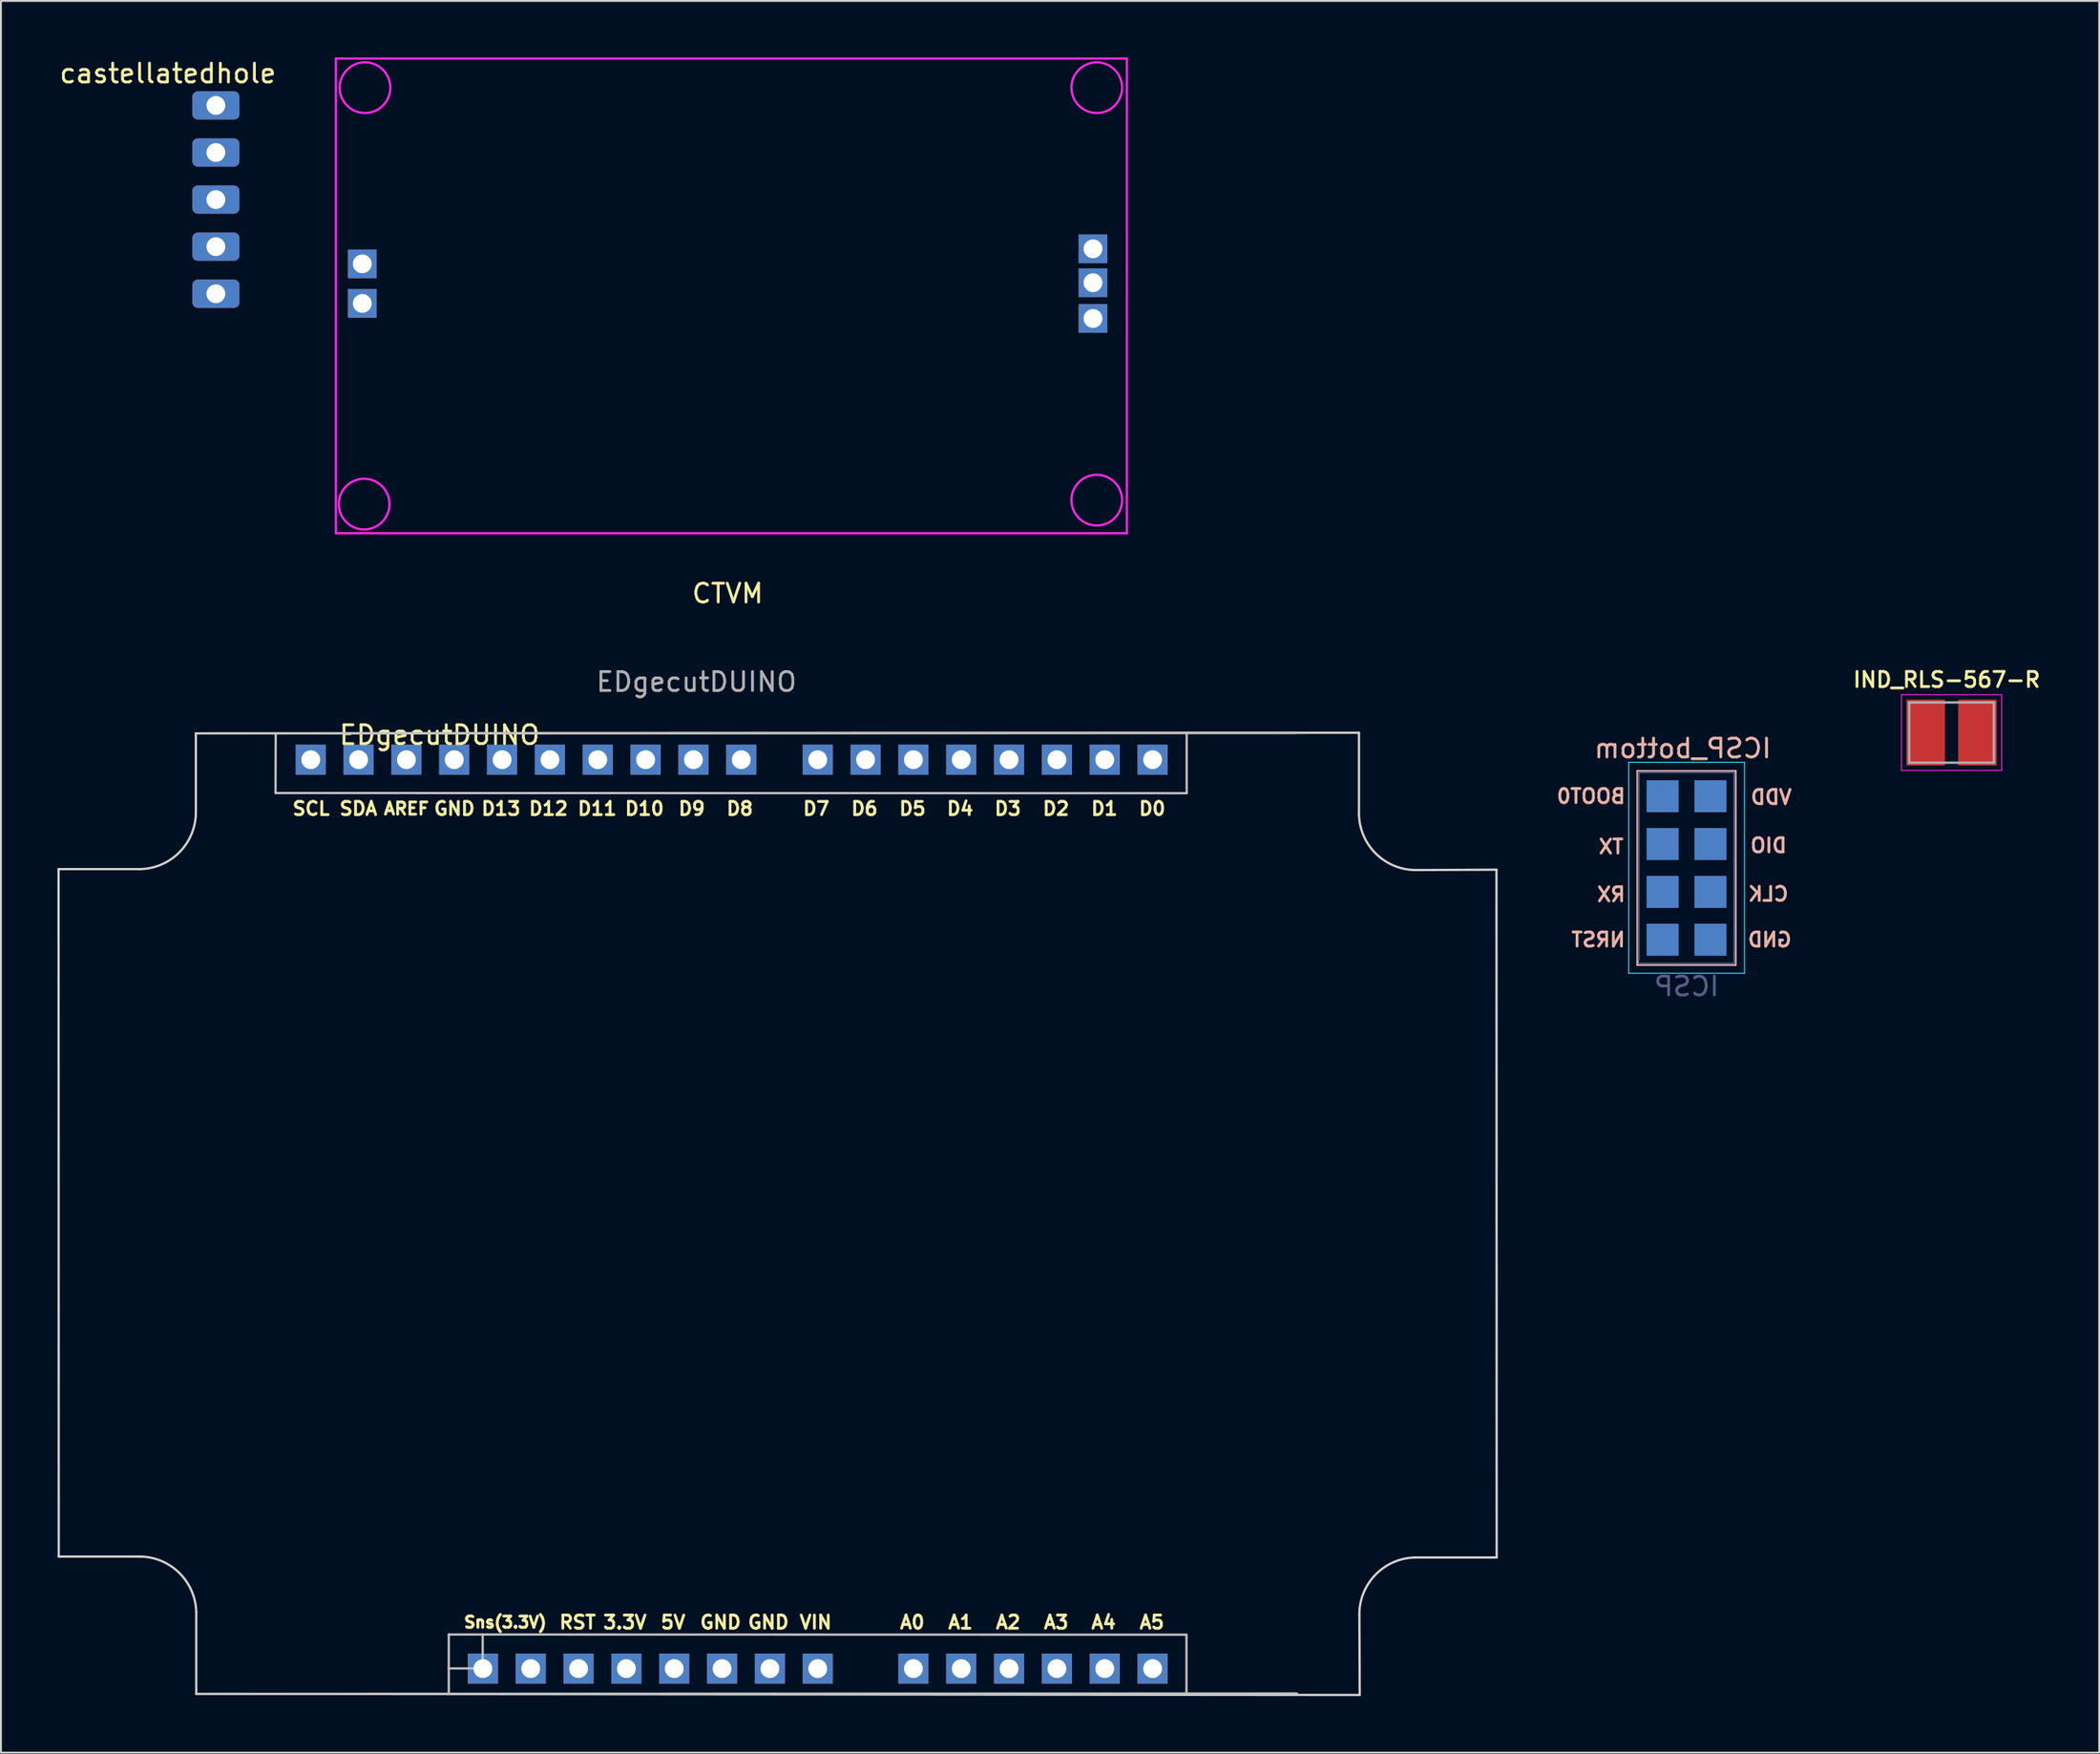
<source format=kicad_pcb>
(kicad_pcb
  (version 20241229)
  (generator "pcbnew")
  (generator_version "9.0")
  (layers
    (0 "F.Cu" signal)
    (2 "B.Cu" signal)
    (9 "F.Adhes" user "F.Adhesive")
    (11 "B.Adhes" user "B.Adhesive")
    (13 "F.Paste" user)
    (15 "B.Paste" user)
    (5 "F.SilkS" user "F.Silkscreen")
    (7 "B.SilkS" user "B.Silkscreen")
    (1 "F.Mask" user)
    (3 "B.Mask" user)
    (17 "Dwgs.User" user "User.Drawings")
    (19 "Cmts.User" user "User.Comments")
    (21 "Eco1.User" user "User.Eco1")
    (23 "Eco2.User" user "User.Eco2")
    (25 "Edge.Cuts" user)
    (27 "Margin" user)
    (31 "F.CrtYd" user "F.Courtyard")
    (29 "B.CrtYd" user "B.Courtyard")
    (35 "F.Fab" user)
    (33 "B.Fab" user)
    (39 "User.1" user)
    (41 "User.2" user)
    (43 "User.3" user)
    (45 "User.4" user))
  (footprint "ICSP_bottom"
    (layer "F.Cu")
    (at 86.361 32.558)
    (property "Reference" "ICSP_bottom" (at -0.064 4.128 0) (layer "B.SilkS") (effects (font (size 1 1) (thickness 0.15)) (justify mirror)))
    (attr through_hole)
    (fp_line (start -2.46 5.338) (end -2.46 15.617) (stroke (width 0.12) (type solid)) (layer "B.SilkS"))
    (fp_line (start -2.46 5.338) (end 2.74 5.338) (stroke (width 0.12) (type solid)) (layer "B.SilkS"))
    (fp_line (start -2.46 15.617) (end 2.74 15.617) (stroke (width 0.12) (type solid)) (layer "B.SilkS"))
    (fp_line (start 2.74 5.338) (end 2.74 15.617) (stroke (width 0.12) (type solid)) (layer "B.SilkS"))
    (fp_line (start -2.93 4.867) (end -2.93 16.067) (stroke (width 0.05) (type solid)) (layer "B.CrtYd"))
    (fp_line (start -2.93 16.067) (end 3.22 16.067) (stroke (width 0.05) (type solid)) (layer "B.CrtYd"))
    (fp_line (start 3.22 4.867) (end -2.93 4.867) (stroke (width 0.05) (type solid)) (layer "B.CrtYd"))
    (fp_line (start 3.22 16.067) (end 3.22 4.867) (stroke (width 0.05) (type solid)) (layer "B.CrtYd"))
    (fp_line (start -2.4 5.397) (end 2.603 5.397) (stroke (width 0.1) (type solid)) (layer "B.Fab"))
    (fp_line (start -2.4 15.367) (end -2.4 5.397) (stroke (width 0.1) (type solid)) (layer "B.Fab"))
    (fp_line (start 2.68 5.397) (end 2.68 15.557) (stroke (width 0.1) (type solid)) (layer "B.Fab"))
    (fp_line (start 2.68 15.557) (end -2.4 15.557) (stroke (width 0.1) (type solid)) (layer "B.Fab"))
    (fp_text user "TX" (at -3.861 9.347 0) (layer "B.SilkS") (effects (font (size 0.75 0.75) (thickness 0.15)) (justify mirror)))
    (fp_text user "CLK" (at 4.483 11.862 0) (layer "B.SilkS") (effects (font (size 0.75 0.75) (thickness 0.15)) (justify mirror)))
    (fp_text user "NRST" (at -4.547 14.287 0) (layer "B.SilkS") (effects (font (size 0.75 0.75) (thickness 0.15)) (justify mirror)))
    (fp_text user "VDD" (at 4.636 6.718 0) (layer "B.SilkS") (effects (font (size 0.75 0.75) (thickness 0.15)) (justify mirror)))
    (fp_text user "RX" (at -3.861 11.887 0) (layer "B.SilkS") (effects (font (size 0.75 0.75) (thickness 0.15)) (justify mirror)))
    (fp_text user "GND" (at 4.559 14.287 0) (layer "B.SilkS") (effects (font (size 0.75 0.75) (thickness 0.15)) (justify mirror)))
    (fp_text user "BOOT0" (at -4.928 6.668 0) (layer "B.SilkS") (effects (font (size 0.75 0.75) (thickness 0.15)) (justify mirror)))
    (fp_text user "DIO" (at 4.496 9.284 0) (layer "B.SilkS") (effects (font (size 0.75 0.75) (thickness 0.15)) (justify mirror)))
    (fp_text user "ICSP" (at 0.14 16.764 0) (layer "B.Fab") (effects (font (size 1 1) (thickness 0.15)) (justify mirror)))
    (pad "1" connect rect (at 1.41 6.668) (size 1.7 1.7) (layers "B.Cu" "B.Mask"))
    (pad "2" connect rect (at 1.41 9.207) (size 1.7 1.7) (layers "B.Cu" "B.Mask"))
    (pad "3" connect rect (at 1.41 11.748) (size 1.7 1.7) (layers "B.Cu" "B.Mask"))
    (pad "4" connect rect (at 1.41 14.287) (size 1.7 1.7) (layers "B.Cu" "B.Mask"))
    (pad "5" connect rect (at -1.13 14.287) (size 1.7 1.7) (layers "B.Cu" "B.Mask"))
    (pad "6" connect rect (at -1.13 11.748) (size 1.7 1.7) (layers "B.Cu" "B.Mask"))
    (pad "7" connect rect (at -1.13 9.207) (size 1.7 1.7) (layers "B.Cu" "B.Mask"))
    (pad "8" connect rect (at -1.13 6.668) (size 1.7 1.7) (layers "B.Cu" "B.Mask")))
  (footprint "EDgecutDUINO"
    (layer "F.Cu")
    (at 20.01 34.596)
    (property "Reference" "EDgecutDUINO" (at 0.277 1.381 0) (layer "F.SilkS") (effects (font (size 1 1) (thickness 0.15))))
    (attr through_hole)
    (fp_line (start -12.66 1.29) (end 45.78 1.27) (stroke (width 0.12) (type solid)) (layer "Dwgs.User"))
    (fp_line (start -12.64 52.29) (end 45.8 52.27) (stroke (width 0.12) (type solid)) (layer "Dwgs.User"))
    (fp_line (start -8.43 4.46) (end 39.95 4.47) (stroke (width 0.12) (type solid)) (layer "Dwgs.User"))
    (fp_line (start -8.42 1.29) (end -8.43 4.45) (stroke (width 0.12) (type solid)) (layer "Dwgs.User"))
    (fp_line (start 0.77 52.3) (end 0.77 49.14) (stroke (width 0.12) (type solid)) (layer "Dwgs.User"))
    (fp_line (start 0.78 49.14) (end 39.94 49.15) (stroke (width 0.12) (type solid)) (layer "Dwgs.User"))
    (fp_line (start 2.57 50.94) (end 0.77 50.94) (stroke (width 0.12) (type solid)) (layer "Dwgs.User"))
    (fp_line (start 2.57 50.94) (end 2.57 49.14) (stroke (width 0.12) (type solid)) (layer "Dwgs.User"))
    (fp_line (start 39.94 52.29) (end 39.94 49.16) (stroke (width 0.12) (type solid)) (layer "Dwgs.User"))
    (fp_line (start 39.95 1.34) (end 39.95 4.47) (stroke (width 0.12) (type solid)) (layer "Dwgs.User"))
    (fp_line (start -19.95 8.5) (end -19.94 45) (stroke (width 0.12) (type solid)) (layer "Edge.Cuts"))
    (fp_line (start -19.95 8.5) (end -15.61 8.5) (stroke (width 0.12) (type solid)) (layer "Edge.Cuts"))
    (fp_line (start -19.94 45) (end -15.66 45) (stroke (width 0.12) (type solid)) (layer "Edge.Cuts"))
    (fp_line (start -12.66 1.29) (end -12.66 5.48) (stroke (width 0.12) (type solid)) (layer "Edge.Cuts"))
    (fp_line (start -12.66 1.29) (end 49.1 1.26) (stroke (width 0.12) (type solid)) (layer "Edge.Cuts"))
    (fp_line (start -12.64 52.29) (end -12.64 47.95) (stroke (width 0.12) (type solid)) (layer "Edge.Cuts"))
    (fp_line (start -12.64 52.29) (end 49.14 52.35) (stroke (width 0.12) (type solid)) (layer "Edge.Cuts"))
    (fp_line (start 49.1 1.26) (end 49.1 5.6) (stroke (width 0.12) (type solid)) (layer "Edge.Cuts"))
    (fp_line (start 49.14 52.35) (end 49.12 48.07) (stroke (width 0.12) (type solid)) (layer "Edge.Cuts"))
    (fp_line (start 56.4 8.53) (end 52.12 8.55) (stroke (width 0.12) (type solid)) (layer "Edge.Cuts"))
    (fp_line (start 56.41 45.05) (end 52.07 45.05) (stroke (width 0.12) (type solid)) (layer "Edge.Cuts"))
    (fp_line (start 56.41 45.05) (end 56.4 8.53) (stroke (width 0.12) (type solid)) (layer "Edge.Cuts"))
    (fp_arc (start -15.66 45) (mid -13.549141 45.859883) (end -12.64 47.95) (stroke (width 0.12) (type solid)) (layer "Edge.Cuts"))
    (fp_arc (start -12.66 5.48) (mid -13.519883 7.590859) (end -15.61 8.5) (stroke (width 0.12) (type solid)) (layer "Edge.Cuts"))
    (fp_arc (start 49.12 48.07) (mid 49.979869 45.959127) (end 52.07 45.05) (stroke (width 0.12) (type solid)) (layer "Edge.Cuts"))
    (fp_arc (start 52.12 8.55) (mid 50.009117 7.690121) (end 49.1 5.6) (stroke (width 0.12) (type solid)) (layer "Edge.Cuts"))
    (fp_text user "D3" (at 30.45 5.29 0) (unlocked yes) (layer "F.SilkS") (effects (font (size 0.7 0.7) (thickness 0.15))))
    (fp_text user "Sns(3.3V)" (at 3.77 48.49 0) (unlocked yes) (layer "F.SilkS") (effects (font (size 0.6 0.6) (thickness 0.15))))
    (fp_text user "D5" (at 25.39 5.29 0) (unlocked yes) (layer "F.SilkS") (effects (font (size 0.7 0.7) (thickness 0.15))))
    (fp_text user "A0" (at 25.38 48.49 0) (unlocked yes) (layer "F.SilkS") (effects (font (size 0.7 0.7) (thickness 0.15))))
    (fp_text user "D10" (at 11.16 5.29 0) (unlocked yes) (layer "F.SilkS") (effects (font (size 0.7 0.7) (thickness 0.15))))
    (fp_text user "5V" (at 12.68 48.49 0) (unlocked yes) (layer "F.SilkS") (effects (font (size 0.7 0.7) (thickness 0.15))))
    (fp_text user "A2" (at 30.47 48.49 0) (unlocked yes) (layer "F.SilkS") (effects (font (size 0.7 0.7) (thickness 0.15))))
    (fp_text user "D9" (at 13.67 5.29 0) (unlocked yes) (layer "F.SilkS") (effects (font (size 0.7 0.7) (thickness 0.15))))
    (fp_text user "3.3V" (at 10.12 48.49 0) (unlocked yes) (layer "F.SilkS") (effects (font (size 0.7 0.7) (thickness 0.15))))
    (fp_text user "D11" (at 8.65 5.29 0) (unlocked yes) (layer "F.SilkS") (effects (font (size 0.7 0.7) (thickness 0.15))))
    (fp_text user "D4" (at 27.92 5.29 0) (unlocked yes) (layer "F.SilkS") (effects (font (size 0.7 0.7) (thickness 0.15))))
    (fp_text user "SCL" (at -6.54 5.29 0) (unlocked yes) (layer "F.SilkS") (effects (font (size 0.7 0.7) (thickness 0.15))))
    (fp_text user "GND" (at 1.07 5.29 0) (unlocked yes) (layer "F.SilkS") (effects (font (size 0.7 0.7) (thickness 0.15))))
    (fp_text user "D6" (at 22.84 5.29 0) (unlocked yes) (layer "F.SilkS") (effects (font (size 0.7 0.7) (thickness 0.15))))
    (fp_text user "RST" (at 7.61 48.49 0) (unlocked yes) (layer "F.SilkS") (effects (font (size 0.7 0.7) (thickness 0.15))))
    (fp_text user "SDA" (at -4.03 5.29 0) (unlocked yes) (layer "F.SilkS") (effects (font (size 0.7 0.7) (thickness 0.15))))
    (fp_text user "GND" (at 17.74 48.49 0) (unlocked yes) (layer "F.SilkS") (effects (font (size 0.7 0.7) (thickness 0.15))))
    (fp_text user "D1" (at 35.58 5.29 0) (unlocked yes) (layer "F.SilkS") (effects (font (size 0.7 0.7) (thickness 0.15))))
    (fp_text user "A1" (at 27.94 48.49 0) (unlocked yes) (layer "F.SilkS") (effects (font (size 0.7 0.7) (thickness 0.15))))
    (fp_text user "AREF" (at -1.48 5.29 0) (unlocked yes) (layer "F.SilkS") (effects (font (size 0.65 0.65) (thickness 0.15))))
    (fp_text user "D12" (at 6.06 5.29 0) (unlocked yes) (layer "F.SilkS") (effects (font (size 0.7 0.7) (thickness 0.15))))
    (fp_text user "A4" (at 35.54 48.49 0) (unlocked yes) (layer "F.SilkS") (effects (font (size 0.7 0.7) (thickness 0.15))))
    (fp_text user "D2" (at 33.01 5.29 0) (unlocked yes) (layer "F.SilkS") (effects (font (size 0.7 0.7) (thickness 0.15))))
    (fp_text user "D8" (at 16.22 5.29 0) (unlocked yes) (layer "F.SilkS") (effects (font (size 0.7 0.7) (thickness 0.15))))
    (fp_text user "D0" (at 38.12 5.29 0) (unlocked yes) (layer "F.SilkS") (effects (font (size 0.7 0.7) (thickness 0.15))))
    (fp_text user "GND" (at 15.2 48.49 0) (unlocked yes) (layer "F.SilkS") (effects (font (size 0.7 0.7) (thickness 0.15))))
    (fp_text user "VIN" (at 20.25 48.49 0) (unlocked yes) (layer "F.SilkS") (effects (font (size 0.7 0.7) (thickness 0.15))))
    (fp_text user "A3" (at 33.02 48.49 0) (unlocked yes) (layer "F.SilkS") (effects (font (size 0.7 0.7) (thickness 0.15))))
    (fp_text user "D7" (at 20.28 5.29 0) (unlocked yes) (layer "F.SilkS") (effects (font (size 0.7 0.7) (thickness 0.15))))
    (fp_text user "D13" (at 3.54 5.29 0) (unlocked yes) (layer "F.SilkS") (effects (font (size 0.7 0.7) (thickness 0.15))))
    (fp_text user "A5" (at 38.1 48.49 0) (unlocked yes) (layer "F.SilkS") (effects (font (size 0.7 0.7) (thickness 0.15))))
    (fp_text user "${REFERENCE}" (at 13.92 -1.44 0) (layer "F.Fab") (effects (font (size 1 1) (thickness 0.15))))
    (pad "1" thru_hole rect (at 2.58 50.95 90) (size 1.6 1.6) (drill 1) (layers "*.Cu" "*.Mask"))
    (pad "2" thru_hole rect (at 5.12 50.95 90) (size 1.6 1.6) (drill 1) (layers "*.Cu" "*.Mask"))
    (pad "3.3V" thru_hole rect (at 10.2 50.95 90) (size 1.6 1.6) (drill 1) (layers "*.Cu" "*.Mask"))
    (pad "5V" thru_hole rect (at 12.74 50.95 90) (size 1.6 1.6) (drill 1) (layers "*.Cu" "*.Mask"))
    (pad "A0" thru_hole rect (at 25.44 50.95 90) (size 1.6 1.6) (drill 1) (layers "*.Cu" "*.Mask"))
    (pad "A1" thru_hole rect (at 27.98 50.95 90) (size 1.6 1.6) (drill 1) (layers "*.Cu" "*.Mask"))
    (pad "A2" thru_hole rect (at 30.52 50.95 90) (size 1.6 1.6) (drill 1) (layers "*.Cu" "*.Mask"))
    (pad "A3" thru_hole rect (at 33.06 50.95 90) (size 1.6 1.6) (drill 1) (layers "*.Cu" "*.Mask"))
    (pad "A4" thru_hole rect (at 35.6 50.95 90) (size 1.6 1.6) (drill 1) (layers "*.Cu" "*.Mask"))
    (pad "A5" thru_hole rect (at 38.14 50.95 90) (size 1.6 1.6) (drill 1) (layers "*.Cu" "*.Mask"))
    (pad "AREF" thru_hole rect (at -1.48 2.69 90) (size 1.6 1.6) (drill 1) (layers "*.Cu" "*.Mask"))
    (pad "D0" thru_hole rect (at 38.14 2.69 90) (size 1.6 1.6) (drill 1) (layers "*.Cu" "*.Mask"))
    (pad "D1" thru_hole rect (at 35.6 2.69 90) (size 1.6 1.6) (drill 1) (layers "*.Cu" "*.Mask"))
    (pad "D2" thru_hole rect (at 33.06 2.69 90) (size 1.6 1.6) (drill 1) (layers "*.Cu" "*.Mask"))
    (pad "D3" thru_hole rect (at 30.52 2.69 90) (size 1.6 1.6) (drill 1) (layers "*.Cu" "*.Mask"))
    (pad "D4" thru_hole rect (at 27.98 2.69 90) (size 1.6 1.6) (drill 1) (layers "*.Cu" "*.Mask"))
    (pad "D5" thru_hole rect (at 25.44 2.69 90) (size 1.6 1.6) (drill 1) (layers "*.Cu" "*.Mask"))
    (pad "D6" thru_hole rect (at 22.9 2.69 90) (size 1.6 1.6) (drill 1) (layers "*.Cu" "*.Mask"))
    (pad "D7" thru_hole rect (at 20.36 2.69 90) (size 1.6 1.6) (drill 1) (layers "*.Cu" "*.Mask"))
    (pad "D8" thru_hole rect (at 16.3 2.69 90) (size 1.6 1.6) (drill 1) (layers "*.Cu" "*.Mask"))
    (pad "D9" thru_hole rect (at 13.76 2.69 90) (size 1.6 1.6) (drill 1) (layers "*.Cu" "*.Mask"))
    (pad "D10" thru_hole rect (at 11.22 2.69 90) (size 1.6 1.6) (drill 1) (layers "*.Cu" "*.Mask"))
    (pad "D11" thru_hole rect (at 8.68 2.69 90) (size 1.6 1.6) (drill 1) (layers "*.Cu" "*.Mask"))
    (pad "D12" thru_hole rect (at 6.14 2.69 90) (size 1.6 1.6) (drill 1) (layers "*.Cu" "*.Mask"))
    (pad "D13" thru_hole rect (at 3.6 2.69 90) (size 1.6 1.6) (drill 1) (layers "*.Cu" "*.Mask"))
    (pad "GND" thru_hole rect (at 1.06 2.69 90) (size 1.6 1.6) (drill 1) (layers "*.Cu" "*.Mask"))
    (pad "GND" thru_hole rect (at 15.28 50.95 90) (size 1.6 1.6) (drill 1) (layers "*.Cu" "*.Mask"))
    (pad "GND" thru_hole rect (at 17.82 50.95 90) (size 1.6 1.6) (drill 1) (layers "*.Cu" "*.Mask"))
    (pad "RESET" thru_hole rect (at 7.66 50.95 90) (size 1.6 1.6) (drill 1) (layers "*.Cu" "*.Mask"))
    (pad "SCL" thru_hole rect (at -6.56 2.69 90) (size 1.6 1.6) (drill 1) (layers "*.Cu" "*.Mask"))
    (pad "SDA" thru_hole rect (at -4.02 2.69 90) (size 1.6 1.6) (drill 1) (layers "*.Cu" "*.Mask"))
    (pad "VIN" thru_hole rect (at 20.36 50.95 90) (size 1.6 1.6) (drill 1) (layers "*.Cu" "*.Mask")))
  (footprint "IND_RLS-567-R"
    (layer "F.Cu")
    (at 100.575 35.847)
    (property "Reference" "IND_RLS-567-R" (at -0.26 -2.808 0) (layer "F.SilkS") (effects (font (size 0.8 0.8) (thickness 0.15))))
    (attr smd)
    (fp_line (start -2.66 -2.01) (end 2.66 -2.01) (stroke (width 0.05) (type solid)) (layer "F.CrtYd"))
    (fp_line (start -2.66 2.01) (end -2.66 -2.01) (stroke (width 0.05) (type solid)) (layer "F.CrtYd"))
    (fp_line (start 2.66 -2.01) (end 2.66 2.01) (stroke (width 0.05) (type solid)) (layer "F.CrtYd"))
    (fp_line (start 2.66 2.01) (end -2.66 2.01) (stroke (width 0.05) (type solid)) (layer "F.CrtYd"))
    (fp_line (start -2.25 -1.6) (end 2.25 -1.6) (stroke (width 0.127) (type solid)) (layer "F.Fab"))
    (fp_line (start -2.25 1.6) (end -2.25 -1.6) (stroke (width 0.127) (type solid)) (layer "F.Fab"))
    (fp_line (start 2.25 -1.6) (end 2.25 1.6) (stroke (width 0.127) (type solid)) (layer "F.Fab"))
    (fp_line (start 2.25 1.6) (end -2.25 1.6) (stroke (width 0.127) (type solid)) (layer "F.Fab"))
    (pad "1" smd rect (at -1.375 0) (size 2.05 3.5) (layers "F.Cu" "F.Mask" "F.Paste"))
    (pad "2" smd rect (at 1.375 0) (size 2.05 3.5) (layers "F.Cu" "F.Mask" "F.Paste")))
  (footprint "castellatedhole"
    (layer "F.Cu")
    (at 8.413 2.548)
    (property "Reference" "castellatedhole" (at -2.55 -1.7 180) (layer "F.SilkS") (effects (font (size 1 1) (thickness 0.15))))
    (attr through_hole)
    (pad "1" thru_hole roundrect (at 0 0 90) (size 1.5 2.5) (drill 1) (layers "*.Cu" "*.Mask") (roundrect_rratio 0.191))
    (pad "1" thru_hole roundrect (at 0 2.5 90) (size 1.5 2.5) (drill 1) (layers "*.Cu" "*.Mask") (roundrect_rratio 0.191))
    (pad "1" thru_hole roundrect (at 0 5 90) (size 1.5 2.5) (drill 1) (layers "*.Cu" "*.Mask") (roundrect_rratio 0.191))
    (pad "1" thru_hole roundrect (at 0 7.5 90) (size 1.5 2.5) (drill 1) (layers "*.Cu" "*.Mask") (roundrect_rratio 0.191))
    (pad "1" thru_hole roundrect (at 0 10 90) (size 1.5 2.5) (drill 1) (layers "*.Cu" "*.Mask") (roundrect_rratio 0.191)))
  (footprint "CTVM"
    (layer "F.Cu")
    (at 35.586 12.06)
    (property "Reference" "CTVM" (at 0 16.4 0) (layer "F.SilkS") (effects (font (size 1 1) (thickness 0.15))))
    (attr through_hole)
    (fp_line (start -20.8 -12) (end -20.8 13.2) (stroke (width 0.12) (type solid)) (layer "F.CrtYd"))
    (fp_line (start -20.8 -12) (end 21.2 -12) (stroke (width 0.12) (type solid)) (layer "F.CrtYd"))
    (fp_line (start -20.8 13.2) (end 21.2 13.2) (stroke (width 0.12) (type solid)) (layer "F.CrtYd"))
    (fp_line (start 21.2 -12) (end 21.2 13.2) (stroke (width 0.12) (type solid)) (layer "F.CrtYd"))
    (fp_circle (center -19.3 11.655) (end -18.3 12.555) (stroke (width 0.12) (type solid)) (fill no) (layer "F.CrtYd"))
    (fp_circle (center -19.255 -10.455) (end -18.255 -9.555) (stroke (width 0.12) (type solid)) (fill no) (layer "F.CrtYd"))
    (fp_circle (center 19.6 -10.455) (end 20.6 -9.555) (stroke (width 0.12) (type solid)) (fill no) (layer "F.CrtYd"))
    (fp_circle (center 19.6 11.445) (end 20.6 12.345) (stroke (width 0.12) (type solid)) (fill no) (layer "F.CrtYd"))
    (pad "GND" thru_hole rect (at 19.4 1.8) (size 1.524 1.524) (drill 1) (layers "*.Cu" "*.Mask"))
    (pad "I+" thru_hole rect (at -19.4 -1.1) (size 1.524 1.524) (drill 1) (layers "*.Cu" "*.Mask"))
    (pad "I-" thru_hole rect (at -19.4 1) (size 1.524 1.524) (drill 1) (layers "*.Cu" "*.Mask"))
    (pad "VCC" thru_hole rect (at 19.4 -1.9) (size 1.524 1.524) (drill 1) (layers "*.Cu" "*.Mask"))
    (pad "VOUT" thru_hole rect (at 19.4 -0.1) (size 1.524 1.524) (drill 1) (layers "*.Cu" "*.Mask")))
  (gr_rect
    (start -3 -3)
    (end 108.413 90.007)
    (stroke (width 0.1) (type default))
    (fill no)
    (layer "Edge.Cuts")))
</source>
